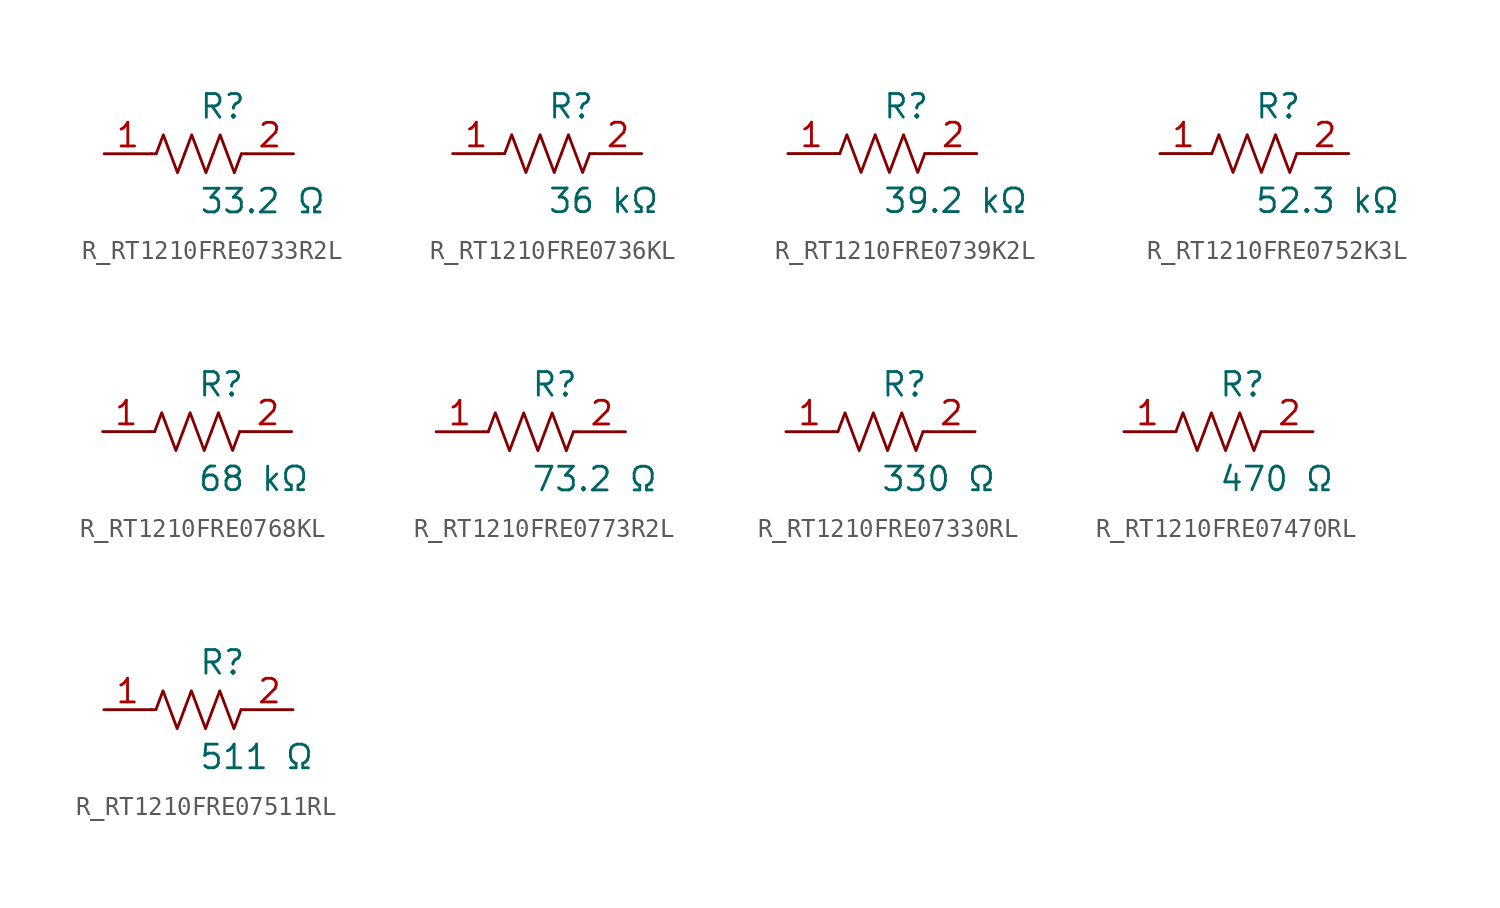
<source format=kicad_sym>
(kicad_symbol_lib
  (version 20231120)
  (generator kicad_symbol_editor)
  (generator_version 8.0)
  (symbol "R_RT1210FRE0733R2L"
    (pin_names
      (offset 0.254))
    (property "Reference" "R"
      (at 0 2.54 0)
      (effects (font (size 1.27 1.27)) (justify left)))
    (property "Value" "33.2 Ω"
      (at 0 -2.54 0)
      (effects (font (size 1.27 1.27)) (justify left)))
    (symbol "R_RT1210FRE0733R2L_0_1"
      (polyline (pts (xy 2.286 0) (xy 2.54 0)) (stroke (width 0) (type default)) (fill (type none)))
      (polyline (pts (xy -2.286 0) (xy -2.54 0)) (stroke (width 0) (type default)) (fill (type none)))
      (polyline (pts (xy 0.762 0) (xy 1.143 1.016) (xy 1.524 0) (xy 1.905 -1.016) (xy 2.286 0)) (stroke (width 0) (type default)) (fill (type none)))
      (polyline (pts (xy -0.762 0) (xy -0.381 1.016) (xy 0 0) (xy 0.381 -1.016) (xy 0.762 0)) (stroke (width 0) (type default)) (fill (type none)))
      (polyline (pts (xy -2.286 0) (xy -1.905 1.016) (xy -1.524 0) (xy -1.143 -1.016) (xy -0.762 0)) (stroke (width 0) (type default)) (fill (type none))))
    (pin unspecified line
      (at -5.08 0 0)
      (length 2.54)
      (name "" (effects (font (size 1.27 1.27))))
      (number "1" (effects (font (size 1.27 1.27)))))
    (pin unspecified line
      (at 5.08 0 180)
      (length 2.54)
      (name "" (effects (font (size 1.27 1.27))))
      (number "2" (effects (font (size 1.27 1.27))))))
  (symbol "R_RT1210FRE0736KL"
    (pin_names
      (offset 0.254))
    (property "Reference" "R"
      (at 0 2.54 0)
      (effects (font (size 1.27 1.27)) (justify left)))
    (property "Value" "36 kΩ"
      (at 0 -2.54 0)
      (effects (font (size 1.27 1.27)) (justify left)))
    (symbol "R_RT1210FRE0736KL_0_1"
      (polyline (pts (xy 2.286 0) (xy 2.54 0)) (stroke (width 0) (type default)) (fill (type none)))
      (polyline (pts (xy -2.286 0) (xy -2.54 0)) (stroke (width 0) (type default)) (fill (type none)))
      (polyline (pts (xy 0.762 0) (xy 1.143 1.016) (xy 1.524 0) (xy 1.905 -1.016) (xy 2.286 0)) (stroke (width 0) (type default)) (fill (type none)))
      (polyline (pts (xy -0.762 0) (xy -0.381 1.016) (xy 0 0) (xy 0.381 -1.016) (xy 0.762 0)) (stroke (width 0) (type default)) (fill (type none)))
      (polyline (pts (xy -2.286 0) (xy -1.905 1.016) (xy -1.524 0) (xy -1.143 -1.016) (xy -0.762 0)) (stroke (width 0) (type default)) (fill (type none))))
    (pin unspecified line
      (at -5.08 0 0)
      (length 2.54)
      (name "" (effects (font (size 1.27 1.27))))
      (number "1" (effects (font (size 1.27 1.27)))))
    (pin unspecified line
      (at 5.08 0 180)
      (length 2.54)
      (name "" (effects (font (size 1.27 1.27))))
      (number "2" (effects (font (size 1.27 1.27))))))
  (symbol "R_RT1210FRE0739K2L"
    (pin_names
      (offset 0.254))
    (property "Reference" "R"
      (at 0 2.54 0)
      (effects (font (size 1.27 1.27)) (justify left)))
    (property "Value" "39.2 kΩ"
      (at 0 -2.54 0)
      (effects (font (size 1.27 1.27)) (justify left)))
    (symbol "R_RT1210FRE0739K2L_0_1"
      (polyline (pts (xy 2.286 0) (xy 2.54 0)) (stroke (width 0) (type default)) (fill (type none)))
      (polyline (pts (xy -2.286 0) (xy -2.54 0)) (stroke (width 0) (type default)) (fill (type none)))
      (polyline (pts (xy 0.762 0) (xy 1.143 1.016) (xy 1.524 0) (xy 1.905 -1.016) (xy 2.286 0)) (stroke (width 0) (type default)) (fill (type none)))
      (polyline (pts (xy -0.762 0) (xy -0.381 1.016) (xy 0 0) (xy 0.381 -1.016) (xy 0.762 0)) (stroke (width 0) (type default)) (fill (type none)))
      (polyline (pts (xy -2.286 0) (xy -1.905 1.016) (xy -1.524 0) (xy -1.143 -1.016) (xy -0.762 0)) (stroke (width 0) (type default)) (fill (type none))))
    (pin unspecified line
      (at -5.08 0 0)
      (length 2.54)
      (name "" (effects (font (size 1.27 1.27))))
      (number "1" (effects (font (size 1.27 1.27)))))
    (pin unspecified line
      (at 5.08 0 180)
      (length 2.54)
      (name "" (effects (font (size 1.27 1.27))))
      (number "2" (effects (font (size 1.27 1.27))))))
  (symbol "R_RT1210FRE0752K3L"
    (pin_names
      (offset 0.254))
    (property "Reference" "R"
      (at 0 2.54 0)
      (effects (font (size 1.27 1.27)) (justify left)))
    (property "Value" "52.3 kΩ"
      (at 0 -2.54 0)
      (effects (font (size 1.27 1.27)) (justify left)))
    (symbol "R_RT1210FRE0752K3L_0_1"
      (polyline (pts (xy 2.286 0) (xy 2.54 0)) (stroke (width 0) (type default)) (fill (type none)))
      (polyline (pts (xy -2.286 0) (xy -2.54 0)) (stroke (width 0) (type default)) (fill (type none)))
      (polyline (pts (xy 0.762 0) (xy 1.143 1.016) (xy 1.524 0) (xy 1.905 -1.016) (xy 2.286 0)) (stroke (width 0) (type default)) (fill (type none)))
      (polyline (pts (xy -0.762 0) (xy -0.381 1.016) (xy 0 0) (xy 0.381 -1.016) (xy 0.762 0)) (stroke (width 0) (type default)) (fill (type none)))
      (polyline (pts (xy -2.286 0) (xy -1.905 1.016) (xy -1.524 0) (xy -1.143 -1.016) (xy -0.762 0)) (stroke (width 0) (type default)) (fill (type none))))
    (pin unspecified line
      (at -5.08 0 0)
      (length 2.54)
      (name "" (effects (font (size 1.27 1.27))))
      (number "1" (effects (font (size 1.27 1.27)))))
    (pin unspecified line
      (at 5.08 0 180)
      (length 2.54)
      (name "" (effects (font (size 1.27 1.27))))
      (number "2" (effects (font (size 1.27 1.27))))))
  (symbol "R_RT1210FRE0768KL"
    (pin_names
      (offset 0.254))
    (property "Reference" "R"
      (at 0 2.54 0)
      (effects (font (size 1.27 1.27)) (justify left)))
    (property "Value" "68 kΩ"
      (at 0 -2.54 0)
      (effects (font (size 1.27 1.27)) (justify left)))
    (symbol "R_RT1210FRE0768KL_0_1"
      (polyline (pts (xy 2.286 0) (xy 2.54 0)) (stroke (width 0) (type default)) (fill (type none)))
      (polyline (pts (xy -2.286 0) (xy -2.54 0)) (stroke (width 0) (type default)) (fill (type none)))
      (polyline (pts (xy 0.762 0) (xy 1.143 1.016) (xy 1.524 0) (xy 1.905 -1.016) (xy 2.286 0)) (stroke (width 0) (type default)) (fill (type none)))
      (polyline (pts (xy -0.762 0) (xy -0.381 1.016) (xy 0 0) (xy 0.381 -1.016) (xy 0.762 0)) (stroke (width 0) (type default)) (fill (type none)))
      (polyline (pts (xy -2.286 0) (xy -1.905 1.016) (xy -1.524 0) (xy -1.143 -1.016) (xy -0.762 0)) (stroke (width 0) (type default)) (fill (type none))))
    (pin unspecified line
      (at -5.08 0 0)
      (length 2.54)
      (name "" (effects (font (size 1.27 1.27))))
      (number "1" (effects (font (size 1.27 1.27)))))
    (pin unspecified line
      (at 5.08 0 180)
      (length 2.54)
      (name "" (effects (font (size 1.27 1.27))))
      (number "2" (effects (font (size 1.27 1.27))))))
  (symbol "R_RT1210FRE0773R2L"
    (pin_names
      (offset 0.254))
    (property "Reference" "R"
      (at 0 2.54 0)
      (effects (font (size 1.27 1.27)) (justify left)))
    (property "Value" "73.2 Ω"
      (at 0 -2.54 0)
      (effects (font (size 1.27 1.27)) (justify left)))
    (symbol "R_RT1210FRE0773R2L_0_1"
      (polyline (pts (xy 2.286 0) (xy 2.54 0)) (stroke (width 0) (type default)) (fill (type none)))
      (polyline (pts (xy -2.286 0) (xy -2.54 0)) (stroke (width 0) (type default)) (fill (type none)))
      (polyline (pts (xy 0.762 0) (xy 1.143 1.016) (xy 1.524 0) (xy 1.905 -1.016) (xy 2.286 0)) (stroke (width 0) (type default)) (fill (type none)))
      (polyline (pts (xy -0.762 0) (xy -0.381 1.016) (xy 0 0) (xy 0.381 -1.016) (xy 0.762 0)) (stroke (width 0) (type default)) (fill (type none)))
      (polyline (pts (xy -2.286 0) (xy -1.905 1.016) (xy -1.524 0) (xy -1.143 -1.016) (xy -0.762 0)) (stroke (width 0) (type default)) (fill (type none))))
    (pin unspecified line
      (at -5.08 0 0)
      (length 2.54)
      (name "" (effects (font (size 1.27 1.27))))
      (number "1" (effects (font (size 1.27 1.27)))))
    (pin unspecified line
      (at 5.08 0 180)
      (length 2.54)
      (name "" (effects (font (size 1.27 1.27))))
      (number "2" (effects (font (size 1.27 1.27))))))
  (symbol "R_RT1210FRE07330RL"
    (pin_names
      (offset 0.254))
    (property "Reference" "R"
      (at 0 2.54 0)
      (effects (font (size 1.27 1.27)) (justify left)))
    (property "Value" "330 Ω"
      (at 0 -2.54 0)
      (effects (font (size 1.27 1.27)) (justify left)))
    (symbol "R_RT1210FRE07330RL_0_1"
      (polyline (pts (xy 2.286 0) (xy 2.54 0)) (stroke (width 0) (type default)) (fill (type none)))
      (polyline (pts (xy -2.286 0) (xy -2.54 0)) (stroke (width 0) (type default)) (fill (type none)))
      (polyline (pts (xy 0.762 0) (xy 1.143 1.016) (xy 1.524 0) (xy 1.905 -1.016) (xy 2.286 0)) (stroke (width 0) (type default)) (fill (type none)))
      (polyline (pts (xy -0.762 0) (xy -0.381 1.016) (xy 0 0) (xy 0.381 -1.016) (xy 0.762 0)) (stroke (width 0) (type default)) (fill (type none)))
      (polyline (pts (xy -2.286 0) (xy -1.905 1.016) (xy -1.524 0) (xy -1.143 -1.016) (xy -0.762 0)) (stroke (width 0) (type default)) (fill (type none))))
    (pin unspecified line
      (at -5.08 0 0)
      (length 2.54)
      (name "" (effects (font (size 1.27 1.27))))
      (number "1" (effects (font (size 1.27 1.27)))))
    (pin unspecified line
      (at 5.08 0 180)
      (length 2.54)
      (name "" (effects (font (size 1.27 1.27))))
      (number "2" (effects (font (size 1.27 1.27))))))
  (symbol "R_RT1210FRE07470RL"
    (pin_names
      (offset 0.254))
    (property "Reference" "R"
      (at 0 2.54 0)
      (effects (font (size 1.27 1.27)) (justify left)))
    (property "Value" "470 Ω"
      (at 0 -2.54 0)
      (effects (font (size 1.27 1.27)) (justify left)))
    (symbol "R_RT1210FRE07470RL_0_1"
      (polyline (pts (xy 2.286 0) (xy 2.54 0)) (stroke (width 0) (type default)) (fill (type none)))
      (polyline (pts (xy -2.286 0) (xy -2.54 0)) (stroke (width 0) (type default)) (fill (type none)))
      (polyline (pts (xy 0.762 0) (xy 1.143 1.016) (xy 1.524 0) (xy 1.905 -1.016) (xy 2.286 0)) (stroke (width 0) (type default)) (fill (type none)))
      (polyline (pts (xy -0.762 0) (xy -0.381 1.016) (xy 0 0) (xy 0.381 -1.016) (xy 0.762 0)) (stroke (width 0) (type default)) (fill (type none)))
      (polyline (pts (xy -2.286 0) (xy -1.905 1.016) (xy -1.524 0) (xy -1.143 -1.016) (xy -0.762 0)) (stroke (width 0) (type default)) (fill (type none))))
    (pin unspecified line
      (at -5.08 0 0)
      (length 2.54)
      (name "" (effects (font (size 1.27 1.27))))
      (number "1" (effects (font (size 1.27 1.27)))))
    (pin unspecified line
      (at 5.08 0 180)
      (length 2.54)
      (name "" (effects (font (size 1.27 1.27))))
      (number "2" (effects (font (size 1.27 1.27))))))
  (symbol "R_RT1210FRE07511RL"
    (pin_names
      (offset 0.254))
    (property "Reference" "R"
      (at 0 2.54 0)
      (effects (font (size 1.27 1.27)) (justify left)))
    (property "Value" "511 Ω"
      (at 0 -2.54 0)
      (effects (font (size 1.27 1.27)) (justify left)))
    (symbol "R_RT1210FRE07511RL_0_1"
      (polyline (pts (xy 2.286 0) (xy 2.54 0)) (stroke (width 0) (type default)) (fill (type none)))
      (polyline (pts (xy -2.286 0) (xy -2.54 0)) (stroke (width 0) (type default)) (fill (type none)))
      (polyline (pts (xy 0.762 0) (xy 1.143 1.016) (xy 1.524 0) (xy 1.905 -1.016) (xy 2.286 0)) (stroke (width 0) (type default)) (fill (type none)))
      (polyline (pts (xy -0.762 0) (xy -0.381 1.016) (xy 0 0) (xy 0.381 -1.016) (xy 0.762 0)) (stroke (width 0) (type default)) (fill (type none)))
      (polyline (pts (xy -2.286 0) (xy -1.905 1.016) (xy -1.524 0) (xy -1.143 -1.016) (xy -0.762 0)) (stroke (width 0) (type default)) (fill (type none))))
    (pin unspecified line
      (at -5.08 0 0)
      (length 2.54)
      (name "" (effects (font (size 1.27 1.27))))
      (number "1" (effects (font (size 1.27 1.27)))))
    (pin unspecified line
      (at 5.08 0 180)
      (length 2.54)
      (name "" (effects (font (size 1.27 1.27))))
      (number "2" (effects (font (size 1.27 1.27)))))))
</source>
